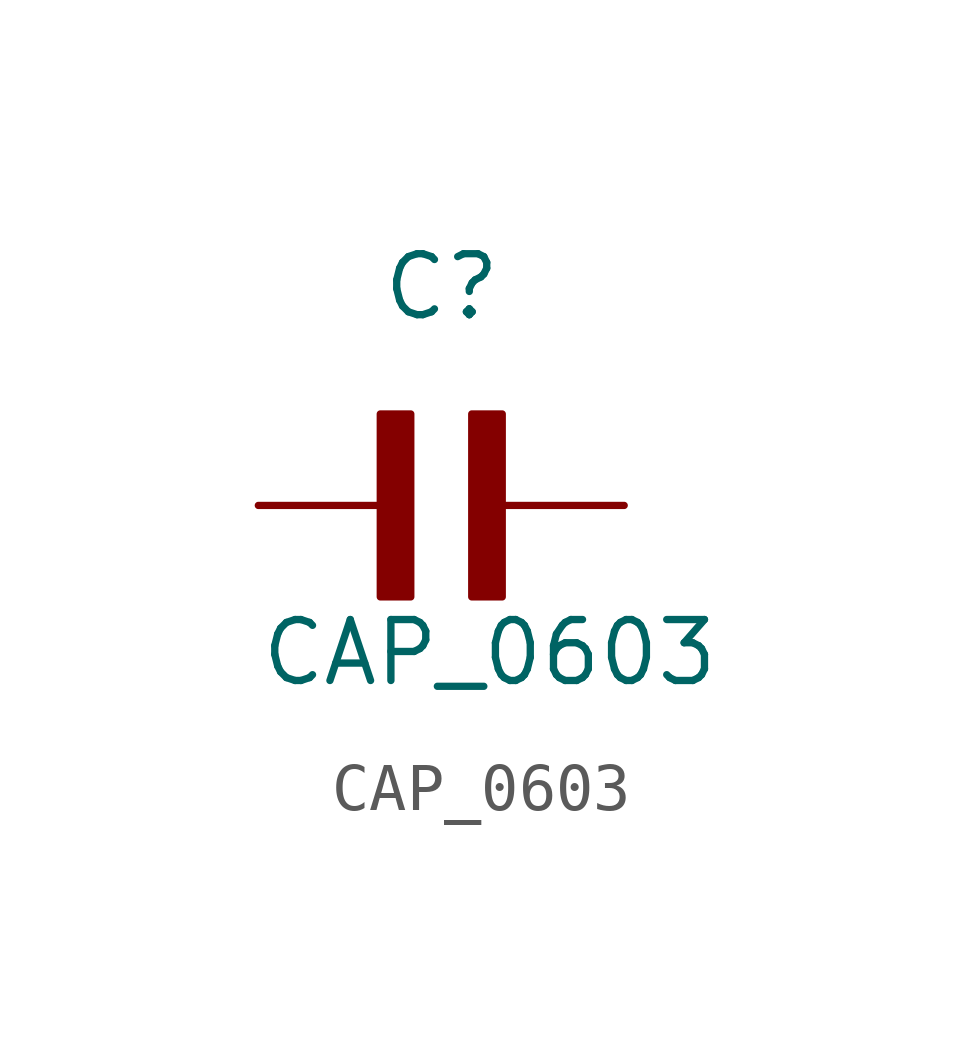
<source format=kicad_sym>
(kicad_symbol_lib
  (version 20211014)
  (generator kicad_symbol_editor)
  (symbol "CAP_0603"
    (pin_numbers hide)
    (pin_names
      (offset 1.016) hide)
    (property "Reference" "C"
      (at -1.27 3.81 0)
      (effects (font (size 1.27 1.27)) (justify left bottom)))
    (property "Value" "CAP_0603"
      (at -3.81 -3.81 0)
      (effects (font (size 1.27 1.27)) (justify left bottom)))
    (symbol "CAP_0603_0_0"
      (rectangle (start -1.27 -1.905) (end -0.635 1.905) (stroke (width 0) (type default) (color 0 0 0 0)) (fill (type outline)))
      (rectangle (start 0.635 -1.905) (end 1.27 1.905) (stroke (width 0) (type default) (color 0 0 0 0)) (fill (type outline)))
      (pin passive line (at 3.81 0 180) (length 2.54) (name "~" (effects (font (size 1.016 1.016)))) (number "1" (effects (font (size 1.016 1.016)))))
      (pin passive line (at -3.81 0 0) (length 2.54) (name "~" (effects (font (size 1.016 1.016)))) (number "2" (effects (font (size 1.016 1.016))))))))
</source>
